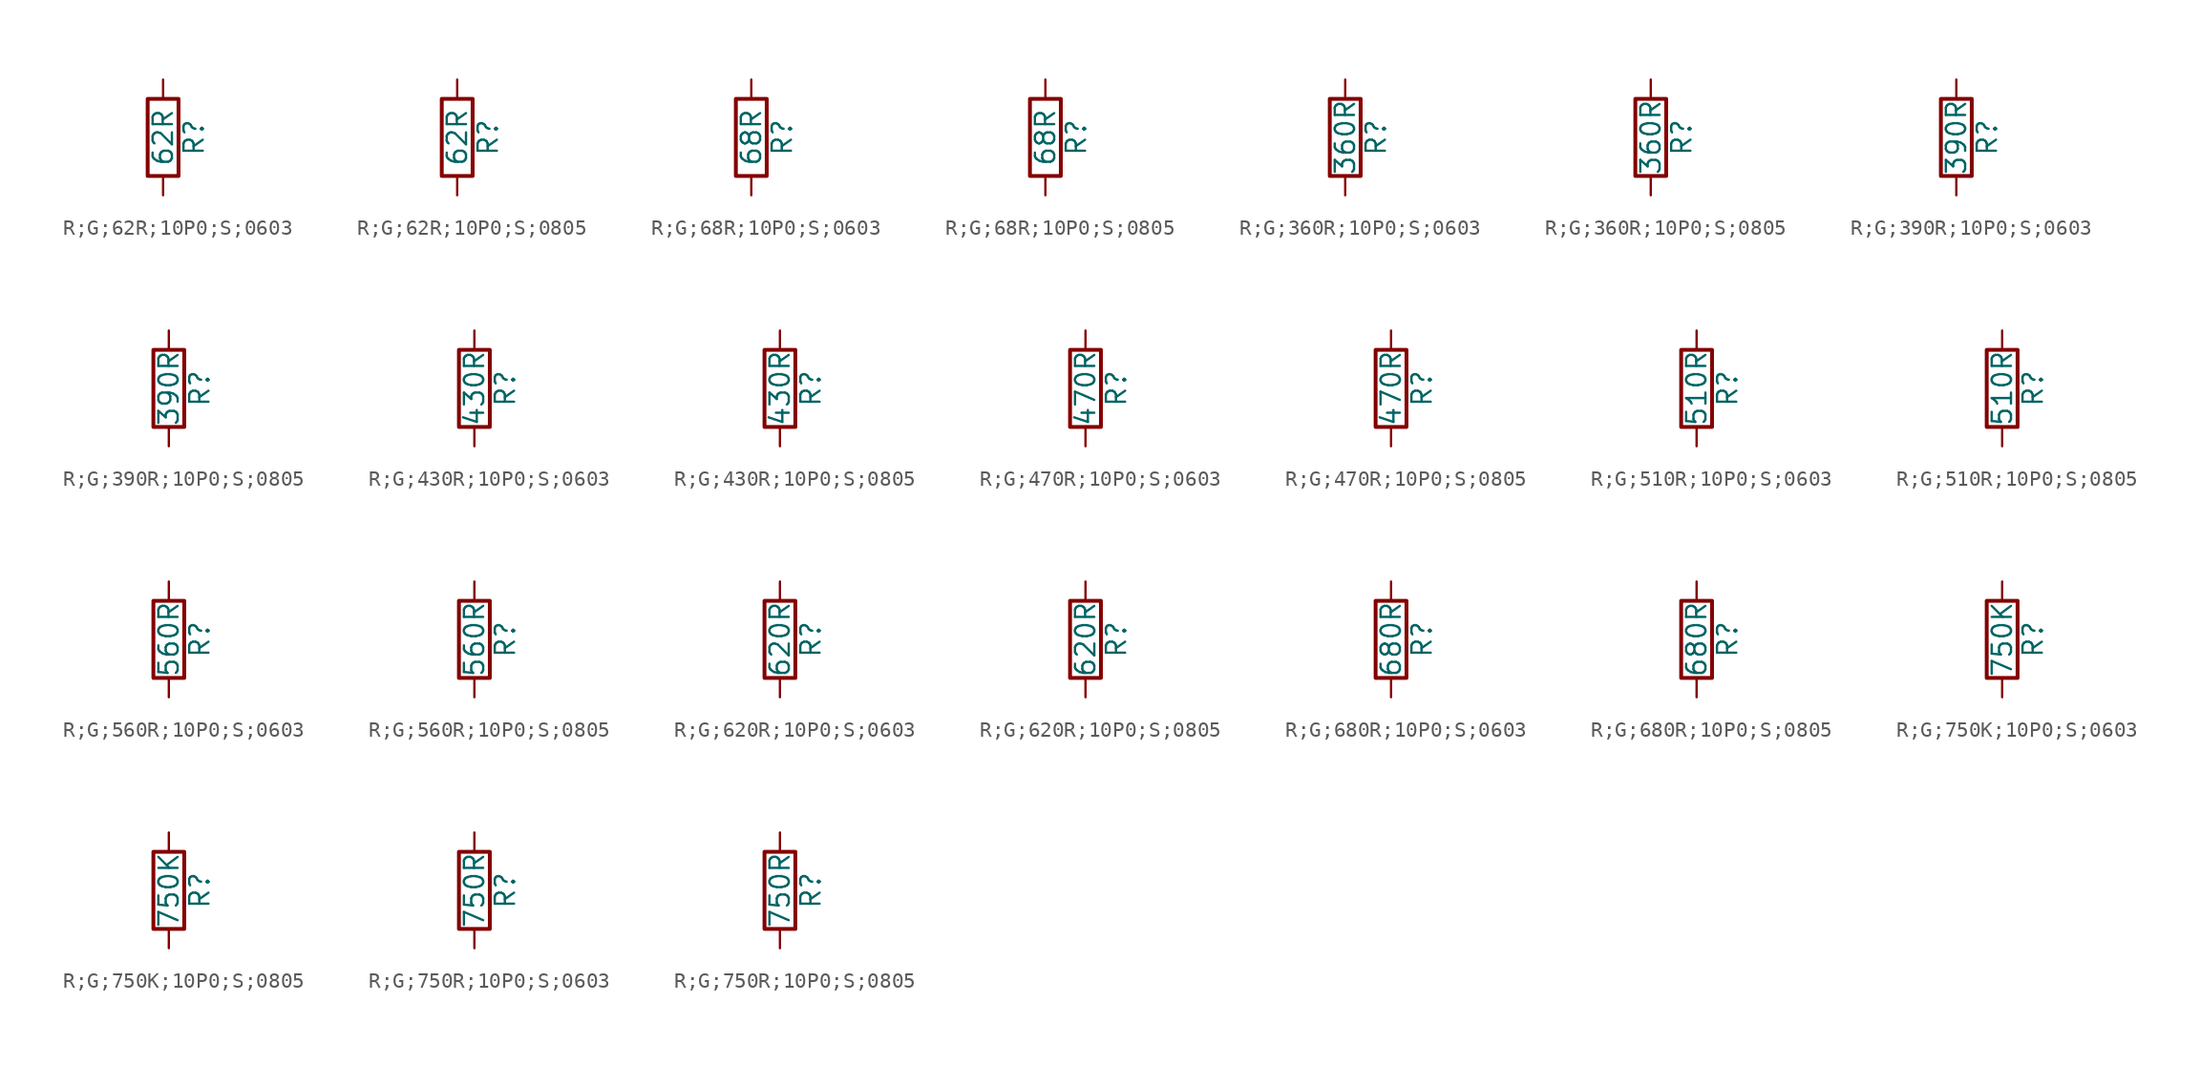
<source format=kicad_sym>
(kicad_symbol_lib
  (version 20231120)
  (generator "kicad_symbol_editor")
  (generator_version "8.0")
  (symbol "R;G;62R;10P0;S;0603"
    (pin_numbers hide)
    (pin_names
      (offset 0))
    (property "Reference" "R"
      (at 2.032 0 90)
      (effects (font (size 1.27 1.27))))
    (property "Value" "62R"
      (at 0 0 90)
      (effects (font (size 1.27 1.27))))
    (symbol "R;G;62R;10P0;S;0603_0_1"
      (rectangle (start -1.016 -2.54) (end 1.016 2.54) (stroke (width 0.254) (type default)) (fill (type none))))
    (symbol "R;G;62R;10P0;S;0603_1_1"
      (pin passive line (at 0 3.81 270) (length 1.27) (name "~" (effects (font (size 1.27 1.27)))) (number "1" (effects (font (size 1.27 1.27)))))
      (pin passive line (at 0 -3.81 90) (length 1.27) (name "~" (effects (font (size 1.27 1.27)))) (number "2" (effects (font (size 1.27 1.27)))))))
  (symbol "R;G;62R;10P0;S;0805"
    (pin_numbers hide)
    (pin_names
      (offset 0))
    (property "Reference" "R"
      (at 2.032 0 90)
      (effects (font (size 1.27 1.27))))
    (property "Value" "62R"
      (at 0 0 90)
      (effects (font (size 1.27 1.27))))
    (symbol "R;G;62R;10P0;S;0805_0_1"
      (rectangle (start -1.016 -2.54) (end 1.016 2.54) (stroke (width 0.254) (type default)) (fill (type none))))
    (symbol "R;G;62R;10P0;S;0805_1_1"
      (pin passive line (at 0 3.81 270) (length 1.27) (name "~" (effects (font (size 1.27 1.27)))) (number "1" (effects (font (size 1.27 1.27)))))
      (pin passive line (at 0 -3.81 90) (length 1.27) (name "~" (effects (font (size 1.27 1.27)))) (number "2" (effects (font (size 1.27 1.27)))))))
  (symbol "R;G;68R;10P0;S;0603"
    (pin_numbers hide)
    (pin_names
      (offset 0))
    (property "Reference" "R"
      (at 2.032 0 90)
      (effects (font (size 1.27 1.27))))
    (property "Value" "68R"
      (at 0 0 90)
      (effects (font (size 1.27 1.27))))
    (symbol "R;G;68R;10P0;S;0603_0_1"
      (rectangle (start -1.016 -2.54) (end 1.016 2.54) (stroke (width 0.254) (type default)) (fill (type none))))
    (symbol "R;G;68R;10P0;S;0603_1_1"
      (pin passive line (at 0 3.81 270) (length 1.27) (name "~" (effects (font (size 1.27 1.27)))) (number "1" (effects (font (size 1.27 1.27)))))
      (pin passive line (at 0 -3.81 90) (length 1.27) (name "~" (effects (font (size 1.27 1.27)))) (number "2" (effects (font (size 1.27 1.27)))))))
  (symbol "R;G;68R;10P0;S;0805"
    (pin_numbers hide)
    (pin_names
      (offset 0))
    (property "Reference" "R"
      (at 2.032 0 90)
      (effects (font (size 1.27 1.27))))
    (property "Value" "68R"
      (at 0 0 90)
      (effects (font (size 1.27 1.27))))
    (symbol "R;G;68R;10P0;S;0805_0_1"
      (rectangle (start -1.016 -2.54) (end 1.016 2.54) (stroke (width 0.254) (type default)) (fill (type none))))
    (symbol "R;G;68R;10P0;S;0805_1_1"
      (pin passive line (at 0 3.81 270) (length 1.27) (name "~" (effects (font (size 1.27 1.27)))) (number "1" (effects (font (size 1.27 1.27)))))
      (pin passive line (at 0 -3.81 90) (length 1.27) (name "~" (effects (font (size 1.27 1.27)))) (number "2" (effects (font (size 1.27 1.27)))))))
  (symbol "R;G;360R;10P0;S;0603"
    (pin_numbers hide)
    (pin_names
      (offset 0))
    (property "Reference" "R"
      (at 2.032 0 90)
      (effects (font (size 1.27 1.27))))
    (property "Value" "360R"
      (at 0 0 90)
      (effects (font (size 1.27 1.27))))
    (symbol "R;G;360R;10P0;S;0603_0_1"
      (rectangle (start -1.016 -2.54) (end 1.016 2.54) (stroke (width 0.254) (type default)) (fill (type none))))
    (symbol "R;G;360R;10P0;S;0603_1_1"
      (pin passive line (at 0 3.81 270) (length 1.27) (name "~" (effects (font (size 1.27 1.27)))) (number "1" (effects (font (size 1.27 1.27)))))
      (pin passive line (at 0 -3.81 90) (length 1.27) (name "~" (effects (font (size 1.27 1.27)))) (number "2" (effects (font (size 1.27 1.27)))))))
  (symbol "R;G;360R;10P0;S;0805"
    (pin_numbers hide)
    (pin_names
      (offset 0))
    (property "Reference" "R"
      (at 2.032 0 90)
      (effects (font (size 1.27 1.27))))
    (property "Value" "360R"
      (at 0 0 90)
      (effects (font (size 1.27 1.27))))
    (symbol "R;G;360R;10P0;S;0805_0_1"
      (rectangle (start -1.016 -2.54) (end 1.016 2.54) (stroke (width 0.254) (type default)) (fill (type none))))
    (symbol "R;G;360R;10P0;S;0805_1_1"
      (pin passive line (at 0 3.81 270) (length 1.27) (name "~" (effects (font (size 1.27 1.27)))) (number "1" (effects (font (size 1.27 1.27)))))
      (pin passive line (at 0 -3.81 90) (length 1.27) (name "~" (effects (font (size 1.27 1.27)))) (number "2" (effects (font (size 1.27 1.27)))))))
  (symbol "R;G;390R;10P0;S;0603"
    (pin_numbers hide)
    (pin_names
      (offset 0))
    (property "Reference" "R"
      (at 2.032 0 90)
      (effects (font (size 1.27 1.27))))
    (property "Value" "390R"
      (at 0 0 90)
      (effects (font (size 1.27 1.27))))
    (symbol "R;G;390R;10P0;S;0603_0_1"
      (rectangle (start -1.016 -2.54) (end 1.016 2.54) (stroke (width 0.254) (type default)) (fill (type none))))
    (symbol "R;G;390R;10P0;S;0603_1_1"
      (pin passive line (at 0 3.81 270) (length 1.27) (name "~" (effects (font (size 1.27 1.27)))) (number "1" (effects (font (size 1.27 1.27)))))
      (pin passive line (at 0 -3.81 90) (length 1.27) (name "~" (effects (font (size 1.27 1.27)))) (number "2" (effects (font (size 1.27 1.27)))))))
  (symbol "R;G;390R;10P0;S;0805"
    (pin_numbers hide)
    (pin_names
      (offset 0))
    (property "Reference" "R"
      (at 2.032 0 90)
      (effects (font (size 1.27 1.27))))
    (property "Value" "390R"
      (at 0 0 90)
      (effects (font (size 1.27 1.27))))
    (symbol "R;G;390R;10P0;S;0805_0_1"
      (rectangle (start -1.016 -2.54) (end 1.016 2.54) (stroke (width 0.254) (type default)) (fill (type none))))
    (symbol "R;G;390R;10P0;S;0805_1_1"
      (pin passive line (at 0 3.81 270) (length 1.27) (name "~" (effects (font (size 1.27 1.27)))) (number "1" (effects (font (size 1.27 1.27)))))
      (pin passive line (at 0 -3.81 90) (length 1.27) (name "~" (effects (font (size 1.27 1.27)))) (number "2" (effects (font (size 1.27 1.27)))))))
  (symbol "R;G;430R;10P0;S;0603"
    (pin_numbers hide)
    (pin_names
      (offset 0))
    (property "Reference" "R"
      (at 2.032 0 90)
      (effects (font (size 1.27 1.27))))
    (property "Value" "430R"
      (at 0 0 90)
      (effects (font (size 1.27 1.27))))
    (symbol "R;G;430R;10P0;S;0603_0_1"
      (rectangle (start -1.016 -2.54) (end 1.016 2.54) (stroke (width 0.254) (type default)) (fill (type none))))
    (symbol "R;G;430R;10P0;S;0603_1_1"
      (pin passive line (at 0 3.81 270) (length 1.27) (name "~" (effects (font (size 1.27 1.27)))) (number "1" (effects (font (size 1.27 1.27)))))
      (pin passive line (at 0 -3.81 90) (length 1.27) (name "~" (effects (font (size 1.27 1.27)))) (number "2" (effects (font (size 1.27 1.27)))))))
  (symbol "R;G;430R;10P0;S;0805"
    (pin_numbers hide)
    (pin_names
      (offset 0))
    (property "Reference" "R"
      (at 2.032 0 90)
      (effects (font (size 1.27 1.27))))
    (property "Value" "430R"
      (at 0 0 90)
      (effects (font (size 1.27 1.27))))
    (symbol "R;G;430R;10P0;S;0805_0_1"
      (rectangle (start -1.016 -2.54) (end 1.016 2.54) (stroke (width 0.254) (type default)) (fill (type none))))
    (symbol "R;G;430R;10P0;S;0805_1_1"
      (pin passive line (at 0 3.81 270) (length 1.27) (name "~" (effects (font (size 1.27 1.27)))) (number "1" (effects (font (size 1.27 1.27)))))
      (pin passive line (at 0 -3.81 90) (length 1.27) (name "~" (effects (font (size 1.27 1.27)))) (number "2" (effects (font (size 1.27 1.27)))))))
  (symbol "R;G;470R;10P0;S;0603"
    (pin_numbers hide)
    (pin_names
      (offset 0))
    (property "Reference" "R"
      (at 2.032 0 90)
      (effects (font (size 1.27 1.27))))
    (property "Value" "470R"
      (at 0 0 90)
      (effects (font (size 1.27 1.27))))
    (symbol "R;G;470R;10P0;S;0603_0_1"
      (rectangle (start -1.016 -2.54) (end 1.016 2.54) (stroke (width 0.254) (type default)) (fill (type none))))
    (symbol "R;G;470R;10P0;S;0603_1_1"
      (pin passive line (at 0 3.81 270) (length 1.27) (name "~" (effects (font (size 1.27 1.27)))) (number "1" (effects (font (size 1.27 1.27)))))
      (pin passive line (at 0 -3.81 90) (length 1.27) (name "~" (effects (font (size 1.27 1.27)))) (number "2" (effects (font (size 1.27 1.27)))))))
  (symbol "R;G;470R;10P0;S;0805"
    (pin_numbers hide)
    (pin_names
      (offset 0))
    (property "Reference" "R"
      (at 2.032 0 90)
      (effects (font (size 1.27 1.27))))
    (property "Value" "470R"
      (at 0 0 90)
      (effects (font (size 1.27 1.27))))
    (symbol "R;G;470R;10P0;S;0805_0_1"
      (rectangle (start -1.016 -2.54) (end 1.016 2.54) (stroke (width 0.254) (type default)) (fill (type none))))
    (symbol "R;G;470R;10P0;S;0805_1_1"
      (pin passive line (at 0 3.81 270) (length 1.27) (name "~" (effects (font (size 1.27 1.27)))) (number "1" (effects (font (size 1.27 1.27)))))
      (pin passive line (at 0 -3.81 90) (length 1.27) (name "~" (effects (font (size 1.27 1.27)))) (number "2" (effects (font (size 1.27 1.27)))))))
  (symbol "R;G;510R;10P0;S;0603"
    (pin_numbers hide)
    (pin_names
      (offset 0))
    (property "Reference" "R"
      (at 2.032 0 90)
      (effects (font (size 1.27 1.27))))
    (property "Value" "510R"
      (at 0 0 90)
      (effects (font (size 1.27 1.27))))
    (symbol "R;G;510R;10P0;S;0603_0_1"
      (rectangle (start -1.016 -2.54) (end 1.016 2.54) (stroke (width 0.254) (type default)) (fill (type none))))
    (symbol "R;G;510R;10P0;S;0603_1_1"
      (pin passive line (at 0 3.81 270) (length 1.27) (name "~" (effects (font (size 1.27 1.27)))) (number "1" (effects (font (size 1.27 1.27)))))
      (pin passive line (at 0 -3.81 90) (length 1.27) (name "~" (effects (font (size 1.27 1.27)))) (number "2" (effects (font (size 1.27 1.27)))))))
  (symbol "R;G;510R;10P0;S;0805"
    (pin_numbers hide)
    (pin_names
      (offset 0))
    (property "Reference" "R"
      (at 2.032 0 90)
      (effects (font (size 1.27 1.27))))
    (property "Value" "510R"
      (at 0 0 90)
      (effects (font (size 1.27 1.27))))
    (symbol "R;G;510R;10P0;S;0805_0_1"
      (rectangle (start -1.016 -2.54) (end 1.016 2.54) (stroke (width 0.254) (type default)) (fill (type none))))
    (symbol "R;G;510R;10P0;S;0805_1_1"
      (pin passive line (at 0 3.81 270) (length 1.27) (name "~" (effects (font (size 1.27 1.27)))) (number "1" (effects (font (size 1.27 1.27)))))
      (pin passive line (at 0 -3.81 90) (length 1.27) (name "~" (effects (font (size 1.27 1.27)))) (number "2" (effects (font (size 1.27 1.27)))))))
  (symbol "R;G;560R;10P0;S;0603"
    (pin_numbers hide)
    (pin_names
      (offset 0))
    (property "Reference" "R"
      (at 2.032 0 90)
      (effects (font (size 1.27 1.27))))
    (property "Value" "560R"
      (at 0 0 90)
      (effects (font (size 1.27 1.27))))
    (symbol "R;G;560R;10P0;S;0603_0_1"
      (rectangle (start -1.016 -2.54) (end 1.016 2.54) (stroke (width 0.254) (type default)) (fill (type none))))
    (symbol "R;G;560R;10P0;S;0603_1_1"
      (pin passive line (at 0 3.81 270) (length 1.27) (name "~" (effects (font (size 1.27 1.27)))) (number "1" (effects (font (size 1.27 1.27)))))
      (pin passive line (at 0 -3.81 90) (length 1.27) (name "~" (effects (font (size 1.27 1.27)))) (number "2" (effects (font (size 1.27 1.27)))))))
  (symbol "R;G;560R;10P0;S;0805"
    (pin_numbers hide)
    (pin_names
      (offset 0))
    (property "Reference" "R"
      (at 2.032 0 90)
      (effects (font (size 1.27 1.27))))
    (property "Value" "560R"
      (at 0 0 90)
      (effects (font (size 1.27 1.27))))
    (symbol "R;G;560R;10P0;S;0805_0_1"
      (rectangle (start -1.016 -2.54) (end 1.016 2.54) (stroke (width 0.254) (type default)) (fill (type none))))
    (symbol "R;G;560R;10P0;S;0805_1_1"
      (pin passive line (at 0 3.81 270) (length 1.27) (name "~" (effects (font (size 1.27 1.27)))) (number "1" (effects (font (size 1.27 1.27)))))
      (pin passive line (at 0 -3.81 90) (length 1.27) (name "~" (effects (font (size 1.27 1.27)))) (number "2" (effects (font (size 1.27 1.27)))))))
  (symbol "R;G;620R;10P0;S;0603"
    (pin_numbers hide)
    (pin_names
      (offset 0))
    (property "Reference" "R"
      (at 2.032 0 90)
      (effects (font (size 1.27 1.27))))
    (property "Value" "620R"
      (at 0 0 90)
      (effects (font (size 1.27 1.27))))
    (symbol "R;G;620R;10P0;S;0603_0_1"
      (rectangle (start -1.016 -2.54) (end 1.016 2.54) (stroke (width 0.254) (type default)) (fill (type none))))
    (symbol "R;G;620R;10P0;S;0603_1_1"
      (pin passive line (at 0 3.81 270) (length 1.27) (name "~" (effects (font (size 1.27 1.27)))) (number "1" (effects (font (size 1.27 1.27)))))
      (pin passive line (at 0 -3.81 90) (length 1.27) (name "~" (effects (font (size 1.27 1.27)))) (number "2" (effects (font (size 1.27 1.27)))))))
  (symbol "R;G;620R;10P0;S;0805"
    (pin_numbers hide)
    (pin_names
      (offset 0))
    (property "Reference" "R"
      (at 2.032 0 90)
      (effects (font (size 1.27 1.27))))
    (property "Value" "620R"
      (at 0 0 90)
      (effects (font (size 1.27 1.27))))
    (symbol "R;G;620R;10P0;S;0805_0_1"
      (rectangle (start -1.016 -2.54) (end 1.016 2.54) (stroke (width 0.254) (type default)) (fill (type none))))
    (symbol "R;G;620R;10P0;S;0805_1_1"
      (pin passive line (at 0 3.81 270) (length 1.27) (name "~" (effects (font (size 1.27 1.27)))) (number "1" (effects (font (size 1.27 1.27)))))
      (pin passive line (at 0 -3.81 90) (length 1.27) (name "~" (effects (font (size 1.27 1.27)))) (number "2" (effects (font (size 1.27 1.27)))))))
  (symbol "R;G;680R;10P0;S;0603"
    (pin_numbers hide)
    (pin_names
      (offset 0))
    (property "Reference" "R"
      (at 2.032 0 90)
      (effects (font (size 1.27 1.27))))
    (property "Value" "680R"
      (at 0 0 90)
      (effects (font (size 1.27 1.27))))
    (symbol "R;G;680R;10P0;S;0603_0_1"
      (rectangle (start -1.016 -2.54) (end 1.016 2.54) (stroke (width 0.254) (type default)) (fill (type none))))
    (symbol "R;G;680R;10P0;S;0603_1_1"
      (pin passive line (at 0 3.81 270) (length 1.27) (name "~" (effects (font (size 1.27 1.27)))) (number "1" (effects (font (size 1.27 1.27)))))
      (pin passive line (at 0 -3.81 90) (length 1.27) (name "~" (effects (font (size 1.27 1.27)))) (number "2" (effects (font (size 1.27 1.27)))))))
  (symbol "R;G;680R;10P0;S;0805"
    (pin_numbers hide)
    (pin_names
      (offset 0))
    (property "Reference" "R"
      (at 2.032 0 90)
      (effects (font (size 1.27 1.27))))
    (property "Value" "680R"
      (at 0 0 90)
      (effects (font (size 1.27 1.27))))
    (symbol "R;G;680R;10P0;S;0805_0_1"
      (rectangle (start -1.016 -2.54) (end 1.016 2.54) (stroke (width 0.254) (type default)) (fill (type none))))
    (symbol "R;G;680R;10P0;S;0805_1_1"
      (pin passive line (at 0 3.81 270) (length 1.27) (name "~" (effects (font (size 1.27 1.27)))) (number "1" (effects (font (size 1.27 1.27)))))
      (pin passive line (at 0 -3.81 90) (length 1.27) (name "~" (effects (font (size 1.27 1.27)))) (number "2" (effects (font (size 1.27 1.27)))))))
  (symbol "R;G;750K;10P0;S;0603"
    (pin_numbers hide)
    (pin_names
      (offset 0))
    (property "Reference" "R"
      (at 2.032 0 90)
      (effects (font (size 1.27 1.27))))
    (property "Value" "750K"
      (at 0 0 90)
      (effects (font (size 1.27 1.27))))
    (symbol "R;G;750K;10P0;S;0603_0_1"
      (rectangle (start -1.016 -2.54) (end 1.016 2.54) (stroke (width 0.254) (type default)) (fill (type none))))
    (symbol "R;G;750K;10P0;S;0603_1_1"
      (pin passive line (at 0 3.81 270) (length 1.27) (name "~" (effects (font (size 1.27 1.27)))) (number "1" (effects (font (size 1.27 1.27)))))
      (pin passive line (at 0 -3.81 90) (length 1.27) (name "~" (effects (font (size 1.27 1.27)))) (number "2" (effects (font (size 1.27 1.27)))))))
  (symbol "R;G;750K;10P0;S;0805"
    (pin_numbers hide)
    (pin_names
      (offset 0))
    (property "Reference" "R"
      (at 2.032 0 90)
      (effects (font (size 1.27 1.27))))
    (property "Value" "750K"
      (at 0 0 90)
      (effects (font (size 1.27 1.27))))
    (symbol "R;G;750K;10P0;S;0805_0_1"
      (rectangle (start -1.016 -2.54) (end 1.016 2.54) (stroke (width 0.254) (type default)) (fill (type none))))
    (symbol "R;G;750K;10P0;S;0805_1_1"
      (pin passive line (at 0 3.81 270) (length 1.27) (name "~" (effects (font (size 1.27 1.27)))) (number "1" (effects (font (size 1.27 1.27)))))
      (pin passive line (at 0 -3.81 90) (length 1.27) (name "~" (effects (font (size 1.27 1.27)))) (number "2" (effects (font (size 1.27 1.27)))))))
  (symbol "R;G;750R;10P0;S;0603"
    (pin_numbers hide)
    (pin_names
      (offset 0))
    (property "Reference" "R"
      (at 2.032 0 90)
      (effects (font (size 1.27 1.27))))
    (property "Value" "750R"
      (at 0 0 90)
      (effects (font (size 1.27 1.27))))
    (symbol "R;G;750R;10P0;S;0603_0_1"
      (rectangle (start -1.016 -2.54) (end 1.016 2.54) (stroke (width 0.254) (type default)) (fill (type none))))
    (symbol "R;G;750R;10P0;S;0603_1_1"
      (pin passive line (at 0 3.81 270) (length 1.27) (name "~" (effects (font (size 1.27 1.27)))) (number "1" (effects (font (size 1.27 1.27)))))
      (pin passive line (at 0 -3.81 90) (length 1.27) (name "~" (effects (font (size 1.27 1.27)))) (number "2" (effects (font (size 1.27 1.27)))))))
  (symbol "R;G;750R;10P0;S;0805"
    (pin_numbers hide)
    (pin_names
      (offset 0))
    (property "Reference" "R"
      (at 2.032 0 90)
      (effects (font (size 1.27 1.27))))
    (property "Value" "750R"
      (at 0 0 90)
      (effects (font (size 1.27 1.27))))
    (symbol "R;G;750R;10P0;S;0805_0_1"
      (rectangle (start -1.016 -2.54) (end 1.016 2.54) (stroke (width 0.254) (type default)) (fill (type none))))
    (symbol "R;G;750R;10P0;S;0805_1_1"
      (pin passive line (at 0 3.81 270) (length 1.27) (name "~" (effects (font (size 1.27 1.27)))) (number "1" (effects (font (size 1.27 1.27)))))
      (pin passive line (at 0 -3.81 90) (length 1.27) (name "~" (effects (font (size 1.27 1.27)))) (number "2" (effects (font (size 1.27 1.27))))))))
</source>
